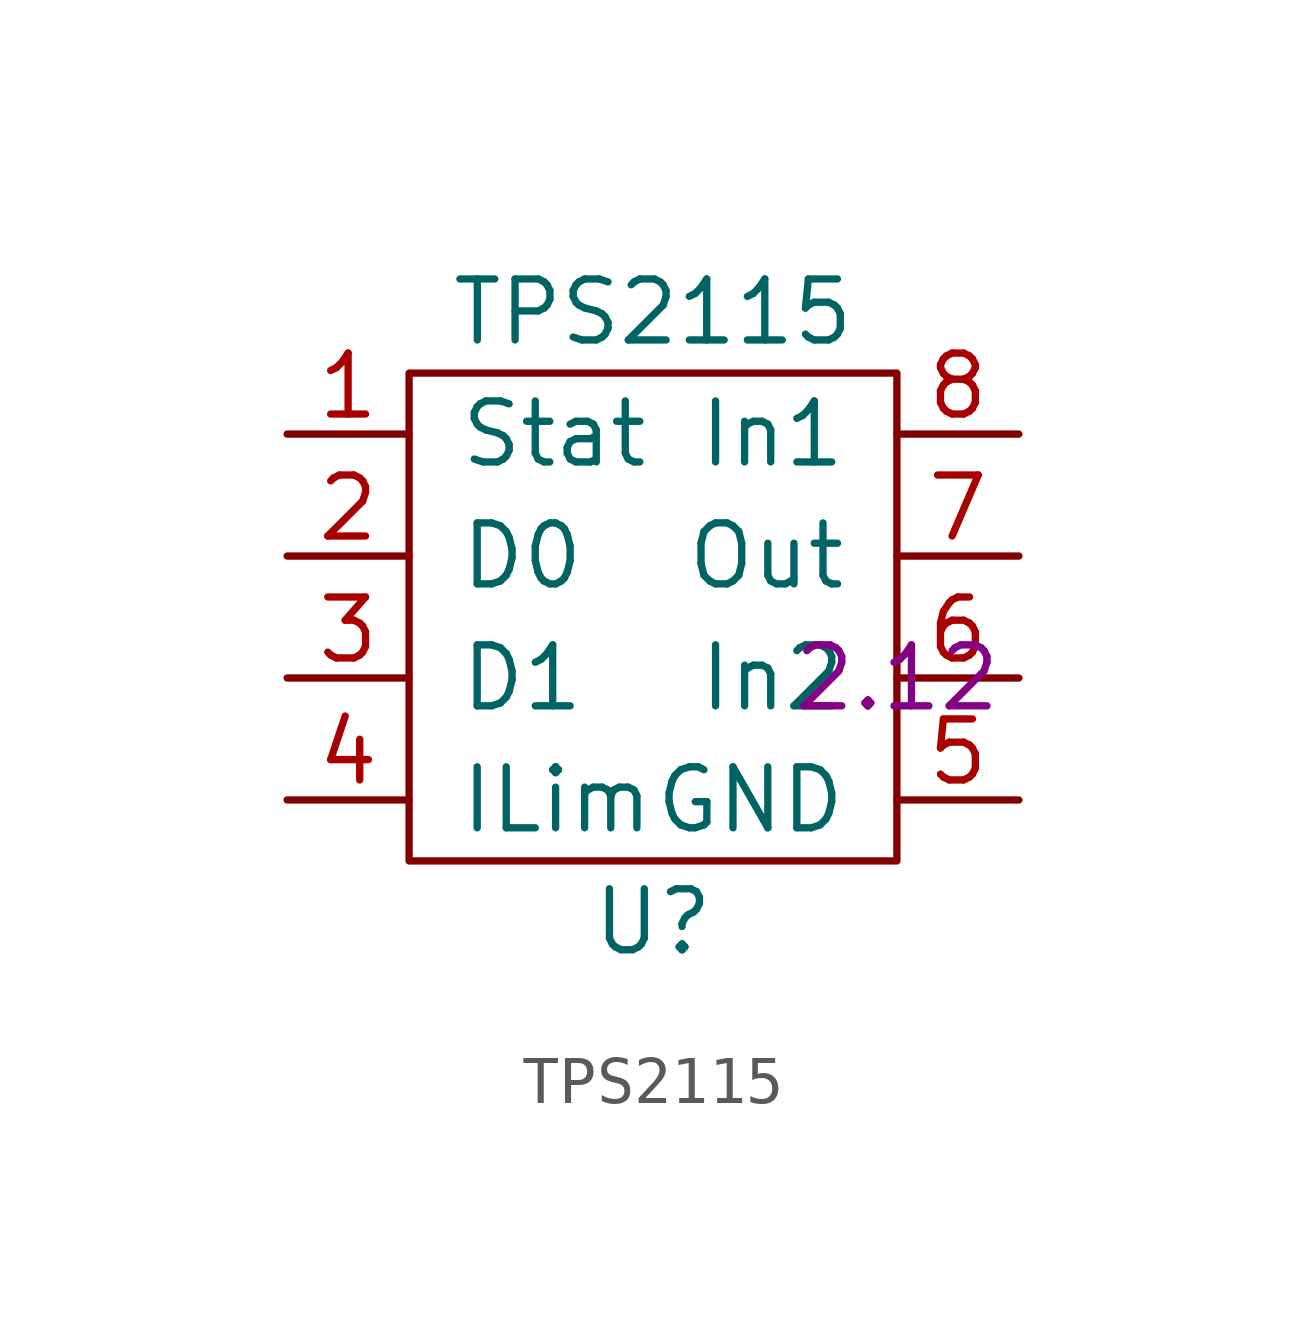
<source format=kicad_sym>
(kicad_symbol_lib
  (version 20211014)
  (generator kicad_symbol_editor)
  (symbol "TPS2115"
    (pin_names
      (offset 1.016))
    (property "Reference" "U"
      (at 0 -6.35 0)
      (effects (font (size 1.27 1.27))))
    (property "Value" "TPS2115"
      (at 0 6.35 0)
      (effects (font (size 1.27 1.27))))
    (property "Price" "2.12"
      (at 5.08 -1.27 0)
      (effects (font (size 1.27 1.27))))
    (symbol "TPS2115_0_1"
      (rectangle (start -5.08 5.08) (end 5.08 -5.08) (stroke (width 0) (type default) (color 0 0 0 0)) (fill (type none))))
    (symbol "TPS2115_1_1"
      (pin output line (at -7.62 3.81 0) (length 2.54) (name "Stat" (effects (font (size 1.27 1.27)))) (number "1" (effects (font (size 1.27 1.27)))))
      (pin input line (at -7.62 1.27 0) (length 2.54) (name "D0" (effects (font (size 1.27 1.27)))) (number "2" (effects (font (size 1.27 1.27)))))
      (pin input line (at -7.62 -1.27 0) (length 2.54) (name "D1" (effects (font (size 1.27 1.27)))) (number "3" (effects (font (size 1.27 1.27)))))
      (pin output line (at -7.62 -3.81 0) (length 2.54) (name "ILim" (effects (font (size 1.27 1.27)))) (number "4" (effects (font (size 1.27 1.27)))))
      (pin output line (at 7.62 -3.81 180) (length 2.54) (name "GND" (effects (font (size 1.27 1.27)))) (number "5" (effects (font (size 1.27 1.27)))))
      (pin input line (at 7.62 -1.27 180) (length 2.54) (name "In2" (effects (font (size 1.27 1.27)))) (number "6" (effects (font (size 1.27 1.27)))))
      (pin output line (at 7.62 1.27 180) (length 2.54) (name "Out" (effects (font (size 1.27 1.27)))) (number "7" (effects (font (size 1.27 1.27)))))
      (pin input line (at 7.62 3.81 180) (length 2.54) (name "In1" (effects (font (size 1.27 1.27)))) (number "8" (effects (font (size 1.27 1.27))))))))
</source>
